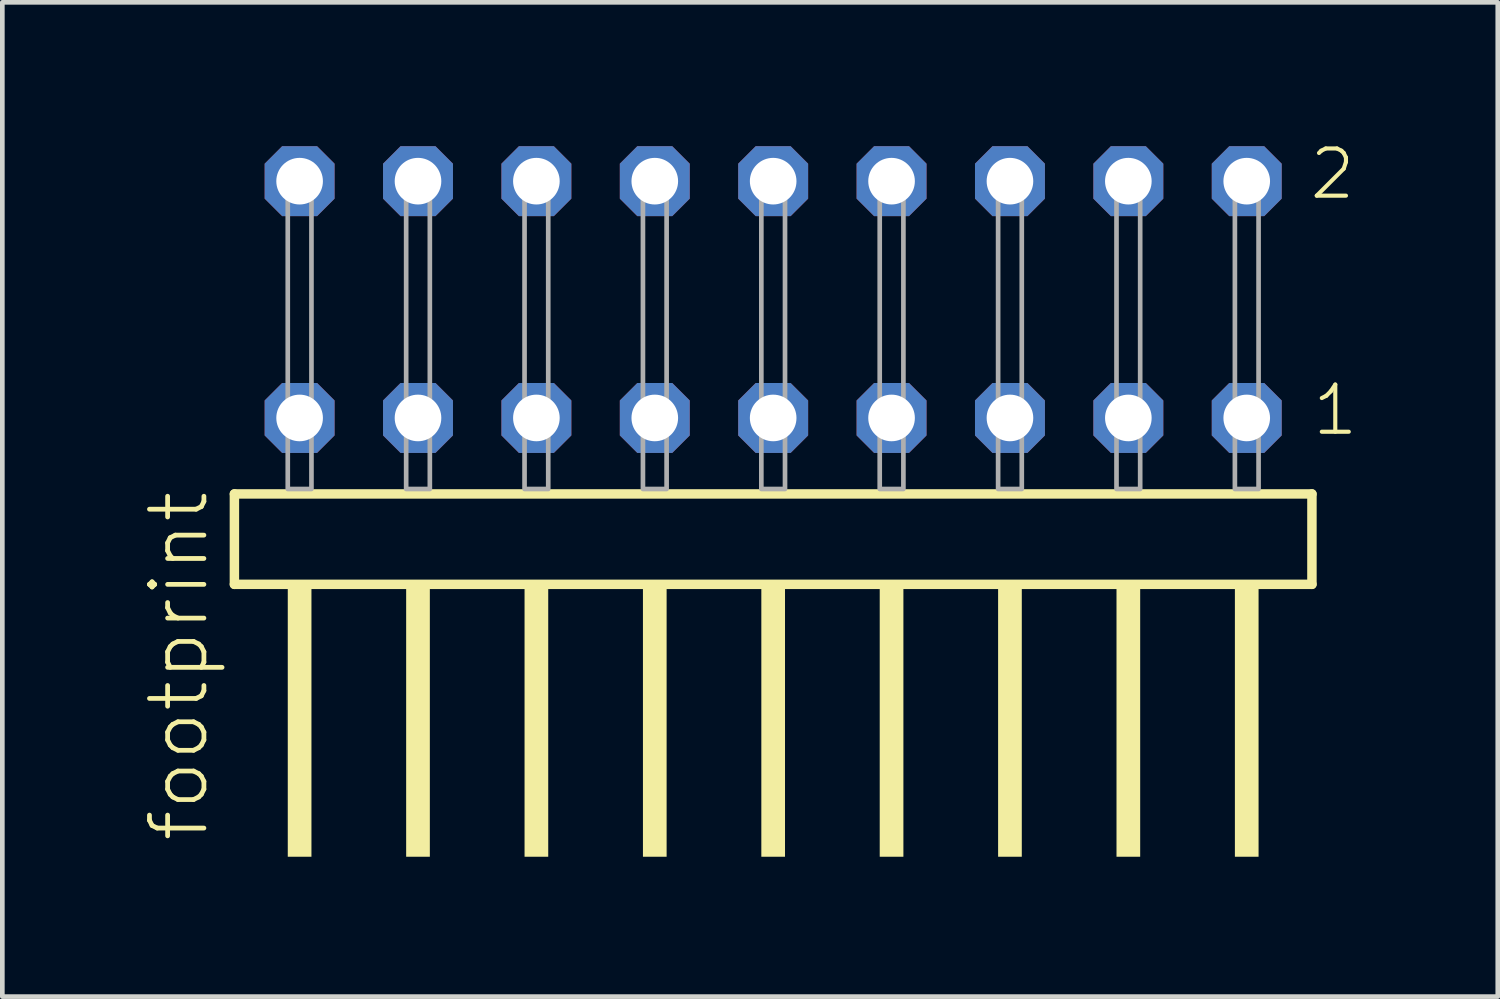
<source format=kicad_pcb>
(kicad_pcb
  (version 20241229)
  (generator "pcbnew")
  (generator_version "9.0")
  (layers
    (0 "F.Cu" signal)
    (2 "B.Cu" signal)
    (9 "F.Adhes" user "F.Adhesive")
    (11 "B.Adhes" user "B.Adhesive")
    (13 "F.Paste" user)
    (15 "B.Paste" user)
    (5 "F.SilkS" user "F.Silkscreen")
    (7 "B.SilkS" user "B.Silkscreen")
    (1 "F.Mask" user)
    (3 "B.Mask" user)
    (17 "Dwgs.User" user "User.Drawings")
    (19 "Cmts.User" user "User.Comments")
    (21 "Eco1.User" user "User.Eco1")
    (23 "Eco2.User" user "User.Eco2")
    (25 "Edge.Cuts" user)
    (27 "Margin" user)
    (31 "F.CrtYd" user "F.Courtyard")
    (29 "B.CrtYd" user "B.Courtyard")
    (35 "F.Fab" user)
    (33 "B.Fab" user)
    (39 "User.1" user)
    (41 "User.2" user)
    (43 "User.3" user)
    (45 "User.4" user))
  (footprint "footprint"
    (layer "F.Cu")
    (at 13.538 7.441)
    (property "Reference" "footprint" (at -12.065 7.62 90) (layer "F.SilkS") (effects (font (size 1.168 1.168) (thickness 0.102)) (justify left bottom)))
    (fp_line (start -11.559 0.106) (end -11.559 2.046) (stroke (width 0.203) (type solid)) (layer "F.SilkS"))
    (fp_line (start -11.559 2.046) (end 11.559 2.046) (stroke (width 0.203) (type solid)) (layer "F.SilkS"))
    (fp_line (start 11.559 0.106) (end -11.559 0.106) (stroke (width 0.203) (type solid)) (layer "F.SilkS"))
    (fp_line (start 11.559 2.046) (end 11.559 0.106) (stroke (width 0.203) (type solid)) (layer "F.SilkS"))
    (fp_poly (pts (xy -10.414 7.89) (xy -9.906 7.89) (xy -9.906 2.04) (xy -10.414 2.04)) (stroke (width 0) (type solid)) (fill yes) (layer "F.SilkS"))
    (fp_poly (pts (xy -7.874 7.89) (xy -7.366 7.89) (xy -7.366 2.04) (xy -7.874 2.04)) (stroke (width 0) (type solid)) (fill yes) (layer "F.SilkS"))
    (fp_poly (pts (xy -5.334 7.89) (xy -4.826 7.89) (xy -4.826 2.04) (xy -5.334 2.04)) (stroke (width 0) (type solid)) (fill yes) (layer "F.SilkS"))
    (fp_poly (pts (xy -2.794 7.89) (xy -2.286 7.89) (xy -2.286 2.04) (xy -2.794 2.04)) (stroke (width 0) (type solid)) (fill yes) (layer "F.SilkS"))
    (fp_poly (pts (xy -0.254 7.89) (xy 0.254 7.89) (xy 0.254 2.04) (xy -0.254 2.04)) (stroke (width 0) (type solid)) (fill yes) (layer "F.SilkS"))
    (fp_poly (pts (xy 2.286 7.89) (xy 2.794 7.89) (xy 2.794 2.04) (xy 2.286 2.04)) (stroke (width 0) (type solid)) (fill yes) (layer "F.SilkS"))
    (fp_poly (pts (xy 4.826 7.89) (xy 5.334 7.89) (xy 5.334 2.04) (xy 4.826 2.04)) (stroke (width 0) (type solid)) (fill yes) (layer "F.SilkS"))
    (fp_poly (pts (xy 7.366 7.89) (xy 7.874 7.89) (xy 7.874 2.04) (xy 7.366 2.04)) (stroke (width 0) (type solid)) (fill yes) (layer "F.SilkS"))
    (fp_poly (pts (xy 9.906 7.89) (xy 10.414 7.89) (xy 10.414 2.04) (xy 9.906 2.04)) (stroke (width 0) (type solid)) (fill yes) (layer "F.SilkS"))
    (fp_poly (pts (xy -10.414 0) (xy -9.906 0) (xy -9.906 -6.858) (xy -10.414 -6.858)) (stroke (width 0.1) (type solid)) (fill no) (layer "F.Fab"))
    (fp_poly (pts (xy -7.874 0) (xy -7.366 0) (xy -7.366 -6.858) (xy -7.874 -6.858)) (stroke (width 0.1) (type solid)) (fill no) (layer "F.Fab"))
    (fp_poly (pts (xy -5.334 0) (xy -4.826 0) (xy -4.826 -6.858) (xy -5.334 -6.858)) (stroke (width 0.1) (type solid)) (fill no) (layer "F.Fab"))
    (fp_poly (pts (xy -2.794 0) (xy -2.286 0) (xy -2.286 -6.858) (xy -2.794 -6.858)) (stroke (width 0.1) (type solid)) (fill no) (layer "F.Fab"))
    (fp_poly (pts (xy -0.254 0) (xy 0.254 0) (xy 0.254 -6.858) (xy -0.254 -6.858)) (stroke (width 0.1) (type solid)) (fill no) (layer "F.Fab"))
    (fp_poly (pts (xy 2.286 0) (xy 2.794 0) (xy 2.794 -6.858) (xy 2.286 -6.858)) (stroke (width 0.1) (type solid)) (fill no) (layer "F.Fab"))
    (fp_poly (pts (xy 4.826 0) (xy 5.334 0) (xy 5.334 -6.858) (xy 4.826 -6.858)) (stroke (width 0.1) (type solid)) (fill no) (layer "F.Fab"))
    (fp_poly (pts (xy 7.366 0) (xy 7.874 0) (xy 7.874 -6.858) (xy 7.366 -6.858)) (stroke (width 0.1) (type solid)) (fill no) (layer "F.Fab"))
    (fp_poly (pts (xy 9.906 0) (xy 10.414 0) (xy 10.414 -6.858) (xy 9.906 -6.858)) (stroke (width 0.1) (type solid)) (fill no) (layer "F.Fab"))
    (fp_text user "1" (at 11.52 -1.1 0) (layer "F.SilkS") (effects (font (size 1.012 1.012) (thickness 0.088)) (justify left bottom)))
    (fp_text user "2" (at 11.46 -6.165 0) (layer "F.SilkS") (effects (font (size 1.012 1.012) (thickness 0.088)) (justify left bottom)))
    (pad "1" thru_hole roundrect (at 10.16 -1.524 180) (size 1.5 1.5) (drill 1) (layers "*.Cu" "*.Mask") (roundrect_rratio 0.25) (chamfer_ratio 0.25) (chamfer top_left top_right bottom_left bottom_right))
    (pad "2" thru_hole roundrect (at 10.16 -6.604 180) (size 1.5 1.5) (drill 1) (layers "*.Cu" "*.Mask") (roundrect_rratio 0.25) (chamfer_ratio 0.25) (chamfer top_left top_right bottom_left bottom_right))
    (pad "3" thru_hole roundrect (at 7.62 -1.524 180) (size 1.5 1.5) (drill 1) (layers "*.Cu" "*.Mask") (roundrect_rratio 0.25) (chamfer_ratio 0.25) (chamfer top_left top_right bottom_left bottom_right))
    (pad "4" thru_hole roundrect (at 7.62 -6.604 180) (size 1.5 1.5) (drill 1) (layers "*.Cu" "*.Mask") (roundrect_rratio 0.25) (chamfer_ratio 0.25) (chamfer top_left top_right bottom_left bottom_right))
    (pad "5" thru_hole roundrect (at 5.08 -1.524 180) (size 1.5 1.5) (drill 1) (layers "*.Cu" "*.Mask") (roundrect_rratio 0.25) (chamfer_ratio 0.25) (chamfer top_left top_right bottom_left bottom_right))
    (pad "6" thru_hole roundrect (at 5.08 -6.604 180) (size 1.5 1.5) (drill 1) (layers "*.Cu" "*.Mask") (roundrect_rratio 0.25) (chamfer_ratio 0.25) (chamfer top_left top_right bottom_left bottom_right))
    (pad "7" thru_hole roundrect (at 2.54 -1.524 180) (size 1.5 1.5) (drill 1) (layers "*.Cu" "*.Mask") (roundrect_rratio 0.25) (chamfer_ratio 0.25) (chamfer top_left top_right bottom_left bottom_right))
    (pad "8" thru_hole roundrect (at 2.54 -6.604 180) (size 1.5 1.5) (drill 1) (layers "*.Cu" "*.Mask") (roundrect_rratio 0.25) (chamfer_ratio 0.25) (chamfer top_left top_right bottom_left bottom_right))
    (pad "9" thru_hole roundrect (at 0 -1.524 180) (size 1.5 1.5) (drill 1) (layers "*.Cu" "*.Mask") (roundrect_rratio 0.25) (chamfer_ratio 0.25) (chamfer top_left top_right bottom_left bottom_right))
    (pad "10" thru_hole roundrect (at 0 -6.604 180) (size 1.5 1.5) (drill 1) (layers "*.Cu" "*.Mask") (roundrect_rratio 0.25) (chamfer_ratio 0.25) (chamfer top_left top_right bottom_left bottom_right))
    (pad "11" thru_hole roundrect (at -2.54 -1.524 180) (size 1.5 1.5) (drill 1) (layers "*.Cu" "*.Mask") (roundrect_rratio 0.25) (chamfer_ratio 0.25) (chamfer top_left top_right bottom_left bottom_right))
    (pad "12" thru_hole roundrect (at -2.54 -6.604 180) (size 1.5 1.5) (drill 1) (layers "*.Cu" "*.Mask") (roundrect_rratio 0.25) (chamfer_ratio 0.25) (chamfer top_left top_right bottom_left bottom_right))
    (pad "13" thru_hole roundrect (at -5.08 -1.524 180) (size 1.5 1.5) (drill 1) (layers "*.Cu" "*.Mask") (roundrect_rratio 0.25) (chamfer_ratio 0.25) (chamfer top_left top_right bottom_left bottom_right))
    (pad "14" thru_hole roundrect (at -5.08 -6.604 180) (size 1.5 1.5) (drill 1) (layers "*.Cu" "*.Mask") (roundrect_rratio 0.25) (chamfer_ratio 0.25) (chamfer top_left top_right bottom_left bottom_right))
    (pad "15" thru_hole roundrect (at -7.62 -1.524 180) (size 1.5 1.5) (drill 1) (layers "*.Cu" "*.Mask") (roundrect_rratio 0.25) (chamfer_ratio 0.25) (chamfer top_left top_right bottom_left bottom_right))
    (pad "16" thru_hole roundrect (at -7.62 -6.604 180) (size 1.5 1.5) (drill 1) (layers "*.Cu" "*.Mask") (roundrect_rratio 0.25) (chamfer_ratio 0.25) (chamfer top_left top_right bottom_left bottom_right))
    (pad "17" thru_hole roundrect (at -10.16 -1.524 180) (size 1.5 1.5) (drill 1) (layers "*.Cu" "*.Mask") (roundrect_rratio 0.25) (chamfer_ratio 0.25) (chamfer top_left top_right bottom_left bottom_right))
    (pad "18" thru_hole roundrect (at -10.16 -6.604 180) (size 1.5 1.5) (drill 1) (layers "*.Cu" "*.Mask") (roundrect_rratio 0.25) (chamfer_ratio 0.25) (chamfer top_left top_right bottom_left bottom_right)))
  (gr_rect
    (start -3 -3)
    (end 29.084 18.331)
    (stroke (width 0.1) (type default))
    (fill no)
    (layer "Edge.Cuts")))
</source>
